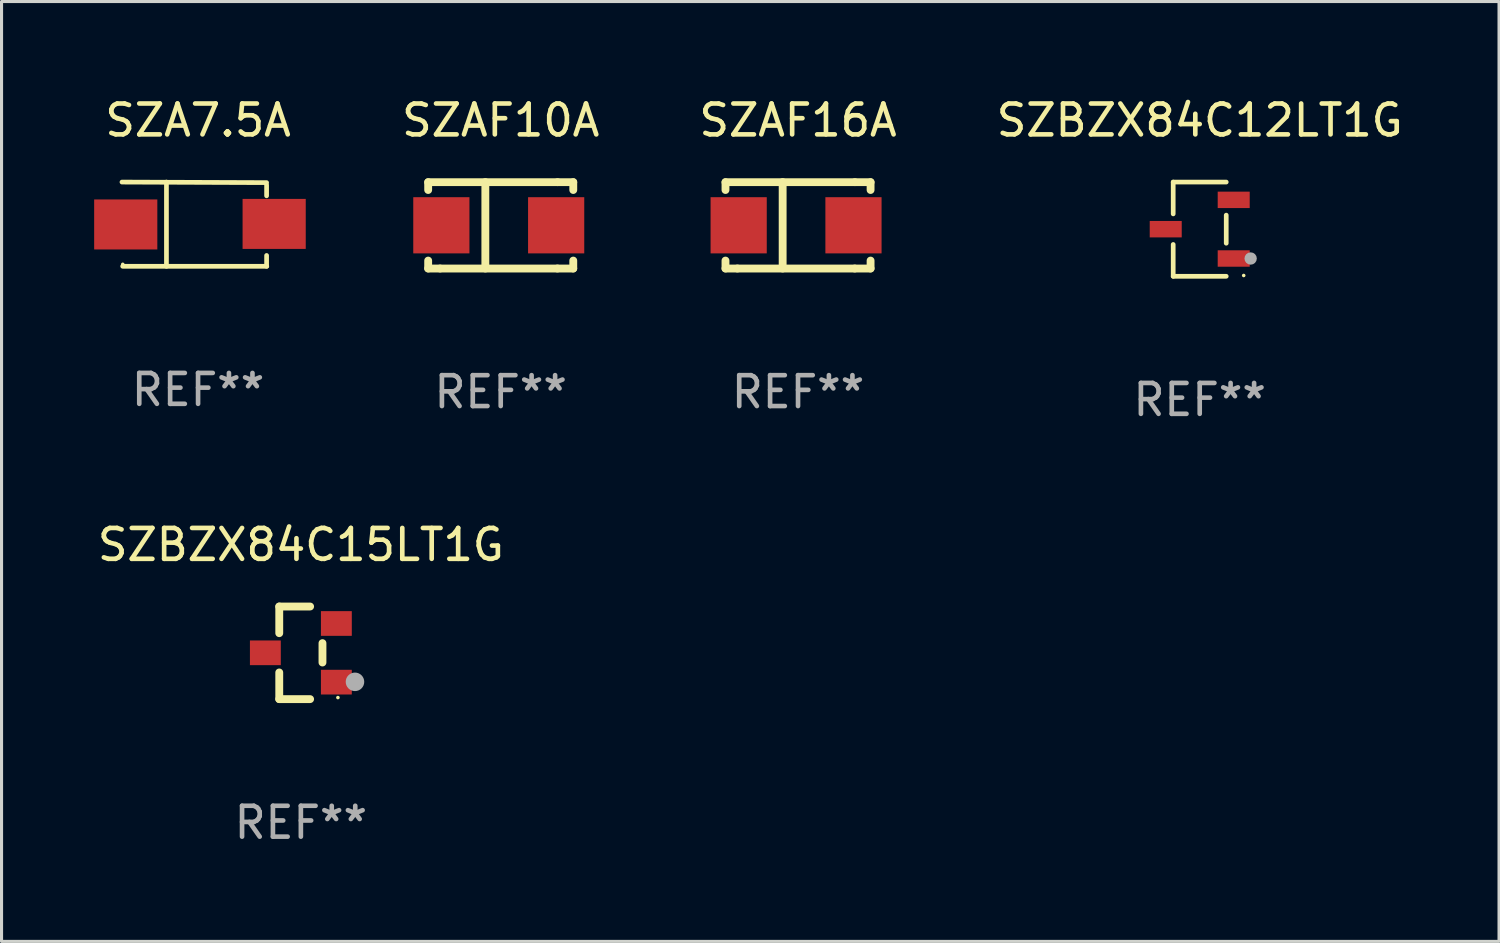
<source format=kicad_pcb>
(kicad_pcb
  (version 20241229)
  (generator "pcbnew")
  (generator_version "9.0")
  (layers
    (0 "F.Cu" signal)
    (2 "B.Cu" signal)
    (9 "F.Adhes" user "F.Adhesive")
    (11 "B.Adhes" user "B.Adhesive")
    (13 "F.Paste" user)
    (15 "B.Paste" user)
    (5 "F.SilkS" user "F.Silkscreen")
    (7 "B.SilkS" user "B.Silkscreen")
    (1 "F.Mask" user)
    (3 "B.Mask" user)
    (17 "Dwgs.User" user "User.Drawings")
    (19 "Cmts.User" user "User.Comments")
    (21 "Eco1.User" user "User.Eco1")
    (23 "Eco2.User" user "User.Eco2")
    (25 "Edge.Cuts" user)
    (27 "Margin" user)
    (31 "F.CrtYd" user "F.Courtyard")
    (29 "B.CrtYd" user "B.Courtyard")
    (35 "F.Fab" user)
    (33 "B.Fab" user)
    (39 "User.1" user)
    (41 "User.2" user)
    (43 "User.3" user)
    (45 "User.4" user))
  (footprint "SZBZX84C15LT1G"
    (layer "F.Cu")
    (at 6.696 18.097)
    (property "Reference" "SZBZX84C15LT1G" (at 0 -3.5 0) (layer "F.SilkS") (effects (font (size 1 1) (thickness 0.15))))
    (attr through_hole)
    (fp_line (start -0.7 -1.5) (end 0.3 -1.5) (stroke (width 0.254) (type solid)) (layer "F.SilkS"))
    (fp_line (start -0.7 -0.636) (end -0.7 -1.5) (stroke (width 0.254) (type solid)) (layer "F.SilkS"))
    (fp_line (start -0.7 1.5) (end -0.7 0.636) (stroke (width 0.254) (type solid)) (layer "F.SilkS"))
    (fp_line (start -0.7 1.5) (end 0.3 1.5) (stroke (width 0.254) (type solid)) (layer "F.SilkS"))
    (fp_line (start 0.7 0.314) (end 0.7 -0.314) (stroke (width 0.254) (type solid)) (layer "F.SilkS"))
    (fp_circle (center 1.2 1.45) (end 1.23 1.45) (stroke (width 0.06) (type solid)) (fill no) (layer "F.SilkS"))
    (fp_circle (center 1.753 0.94) (end 1.903 0.94) (stroke (width 0.3) (type solid)) (fill no) (layer "F.Fab"))
    (fp_text user "REF**" (at 0 5.5 0) (layer "F.Fab") (effects (font (size 1 1) (thickness 0.15))))
    (pad "1" smd rect (at 1.15 0.95 180) (size 1 0.8) (layers "F.Cu" "F.Mask" "F.Paste"))
    (pad "2" smd rect (at 1.15 -0.95 180) (size 1 0.8) (layers "F.Cu" "F.Mask" "F.Paste"))
    (pad "3" smd rect (at -1.15 -0.000051 180) (size 1 0.8) (layers "F.Cu" "F.Mask" "F.Paste")))
  (footprint "SZBZX84C12LT1G"
    (layer "F.Cu")
    (at 35.813 4.374)
    (property "Reference" "SZBZX84C12LT1G" (at 0 -3.526 0) (layer "F.SilkS") (effects (font (size 1 1) (thickness 0.15))))
    (attr through_hole)
    (fp_line (start -0.859 -1.526) (end -0.859 -0.495) (stroke (width 0.152) (type solid)) (layer "F.SilkS"))
    (fp_line (start -0.859 1.526) (end -0.859 0.495) (stroke (width 0.152) (type solid)) (layer "F.SilkS"))
    (fp_line (start 0.859 -1.526) (end -0.859 -1.526) (stroke (width 0.152) (type solid)) (layer "F.SilkS"))
    (fp_line (start 0.859 -0.455) (end 0.859 0.455) (stroke (width 0.152) (type solid)) (layer "F.SilkS"))
    (fp_line (start 0.859 1.526) (end -0.859 1.526) (stroke (width 0.152) (type solid)) (layer "F.SilkS"))
    (fp_circle (center 1.425 1.5) (end 1.455 1.5) (stroke (width 0.06) (type solid)) (fill no) (layer "F.SilkS"))
    (fp_circle (center 1.65 0.95) (end 1.75 0.95) (stroke (width 0.2) (type solid)) (fill no) (layer "F.Fab"))
    (fp_text user "REF**" (at 0 5.526 0) (layer "F.Fab") (effects (font (size 1 1) (thickness 0.15))))
    (pad "1" smd rect (at 1.101 0.95) (size 1.037 0.532) (layers "F.Cu" "F.Mask" "F.Paste"))
    (pad "2" smd rect (at 1.101 -0.95) (size 1.037 0.532) (layers "F.Cu" "F.Mask" "F.Paste"))
    (pad "3" smd rect (at -1.101 0) (size 1.037 0.532) (layers "F.Cu" "F.Mask" "F.Paste")))
  (footprint "SZAF10A"
    (layer "F.Cu")
    (at 13.17 4.248)
    (property "Reference" "SZAF10A" (at 0 -3.4 0) (layer "F.SilkS") (effects (font (size 1 1) (thickness 0.15))))
    (attr through_hole)
    (fp_line (start -2.35 -1.397) (end -2.35 -1.143) (stroke (width 0.254) (type solid)) (layer "F.SilkS"))
    (fp_line (start -2.35 1.4) (end -2.35 1.143) (stroke (width 0.254) (type solid)) (layer "F.SilkS"))
    (fp_line (start -1.964 1.4) (end -2.35 1.4) (stroke (width 0.254) (type solid)) (layer "F.SilkS"))
    (fp_line (start -1.964 1.4) (end 1.837 1.4) (stroke (width 0.254) (type solid)) (layer "F.SilkS"))
    (fp_line (start -0.498 -1.4) (end -0.498 1.4) (stroke (width 0.254) (type solid)) (layer "F.SilkS"))
    (fp_line (start 1.837 1.4) (end 2.35 1.4) (stroke (width 0.254) (type solid)) (layer "F.SilkS"))
    (fp_line (start 1.842 -1.397) (end -2.35 -1.397) (stroke (width 0.254) (type solid)) (layer "F.SilkS"))
    (fp_line (start 1.842 -1.397) (end 2.35 -1.397) (stroke (width 0.254) (type solid)) (layer "F.SilkS"))
    (fp_line (start 2.35 -1.397) (end 2.35 -1.143) (stroke (width 0.254) (type solid)) (layer "F.SilkS"))
    (fp_line (start 2.35 1.4) (end 2.35 1.143) (stroke (width 0.254) (type solid)) (layer "F.SilkS"))
    (fp_circle (center -2.355 1.25) (end -2.325 1.25) (stroke (width 0.06) (type solid)) (fill no) (layer "F.SilkS"))
    (fp_text user "REF**" (at 0 5.4 0) (layer "F.Fab") (effects (font (size 1 1) (thickness 0.15))))
    (pad "1" smd rect (at -1.923 -0.000076) (size 1.82 1.82) (layers "F.Cu" "F.Mask" "F.Paste"))
    (pad "2" smd rect (at 1.796 -0.000076) (size 1.82 1.82) (layers "F.Cu" "F.Mask" "F.Paste")))
  (footprint "SZAF16A"
    (layer "F.Cu")
    (at 22.801 4.248)
    (property "Reference" "SZAF16A" (at 0 -3.4 0) (layer "F.SilkS") (effects (font (size 1 1) (thickness 0.15))))
    (attr through_hole)
    (fp_line (start -2.35 -1.397) (end -2.35 -1.143) (stroke (width 0.254) (type solid)) (layer "F.SilkS"))
    (fp_line (start -2.35 1.4) (end -2.35 1.143) (stroke (width 0.254) (type solid)) (layer "F.SilkS"))
    (fp_line (start -1.964 1.4) (end -2.35 1.4) (stroke (width 0.254) (type solid)) (layer "F.SilkS"))
    (fp_line (start -1.964 1.4) (end 1.837 1.4) (stroke (width 0.254) (type solid)) (layer "F.SilkS"))
    (fp_line (start -0.498 -1.4) (end -0.498 1.4) (stroke (width 0.254) (type solid)) (layer "F.SilkS"))
    (fp_line (start 1.837 1.4) (end 2.35 1.4) (stroke (width 0.254) (type solid)) (layer "F.SilkS"))
    (fp_line (start 1.842 -1.397) (end -2.35 -1.397) (stroke (width 0.254) (type solid)) (layer "F.SilkS"))
    (fp_line (start 1.842 -1.397) (end 2.35 -1.397) (stroke (width 0.254) (type solid)) (layer "F.SilkS"))
    (fp_line (start 2.35 -1.397) (end 2.35 -1.143) (stroke (width 0.254) (type solid)) (layer "F.SilkS"))
    (fp_line (start 2.35 1.4) (end 2.35 1.143) (stroke (width 0.254) (type solid)) (layer "F.SilkS"))
    (fp_circle (center -2.355 1.25) (end -2.325 1.25) (stroke (width 0.06) (type solid)) (fill no) (layer "F.SilkS"))
    (fp_text user "REF**" (at 0 5.4 0) (layer "F.Fab") (effects (font (size 1 1) (thickness 0.15))))
    (pad "1" smd rect (at -1.923 -0.000076) (size 1.82 1.82) (layers "F.Cu" "F.Mask" "F.Paste"))
    (pad "2" smd rect (at 1.796 -0.000076) (size 1.82 1.82) (layers "F.Cu" "F.Mask" "F.Paste")))
  (footprint "SZA7.5A"
    (layer "F.Cu")
    (at 3.366 4.212)
    (property "Reference" "SZA7.5A" (at 0 -3.364 0) (layer "F.SilkS") (effects (font (size 1 1) (thickness 0.15))))
    (attr through_hole)
    (fp_line (start -2.465 -1.364) (end 2.22 -1.346) (stroke (width 0.152) (type solid)) (layer "F.SilkS"))
    (fp_line (start -2.442 1.364) (end 2.226 1.364) (stroke (width 0.152) (type solid)) (layer "F.SilkS"))
    (fp_line (start -1.024 -1.364) (end -1.024 1.364) (stroke (width 0.152) (type solid)) (layer "F.SilkS"))
    (fp_line (start 2.22 -1.27) (end 2.22 -0.919) (stroke (width 0.152) (type solid)) (layer "F.SilkS"))
    (fp_line (start 2.22 1.364) (end 2.22 1.013) (stroke (width 0.152) (type solid)) (layer "F.SilkS"))
    (fp_circle (center -2.439 1.3) (end -2.409 1.3) (stroke (width 0.06) (type solid)) (fill no) (layer "F.SilkS"))
    (fp_text user "REF**" (at 0 5.364 0) (layer "F.Fab") (effects (font (size 1 1) (thickness 0.15))))
    (pad "1" smd rect (at -2.343 0.009) (size 2.046 1.62) (layers "F.Cu" "F.Mask" "F.Paste"))
    (pad "2" smd rect (at 2.465 -0.009 180) (size 2.046 1.62) (layers "F.Cu" "F.Mask" "F.Paste")))
  (gr_rect
    (start -3 -3)
    (end 45.509 27.445)
    (stroke (width 0.1) (type default))
    (fill no)
    (layer "Edge.Cuts")))
</source>
